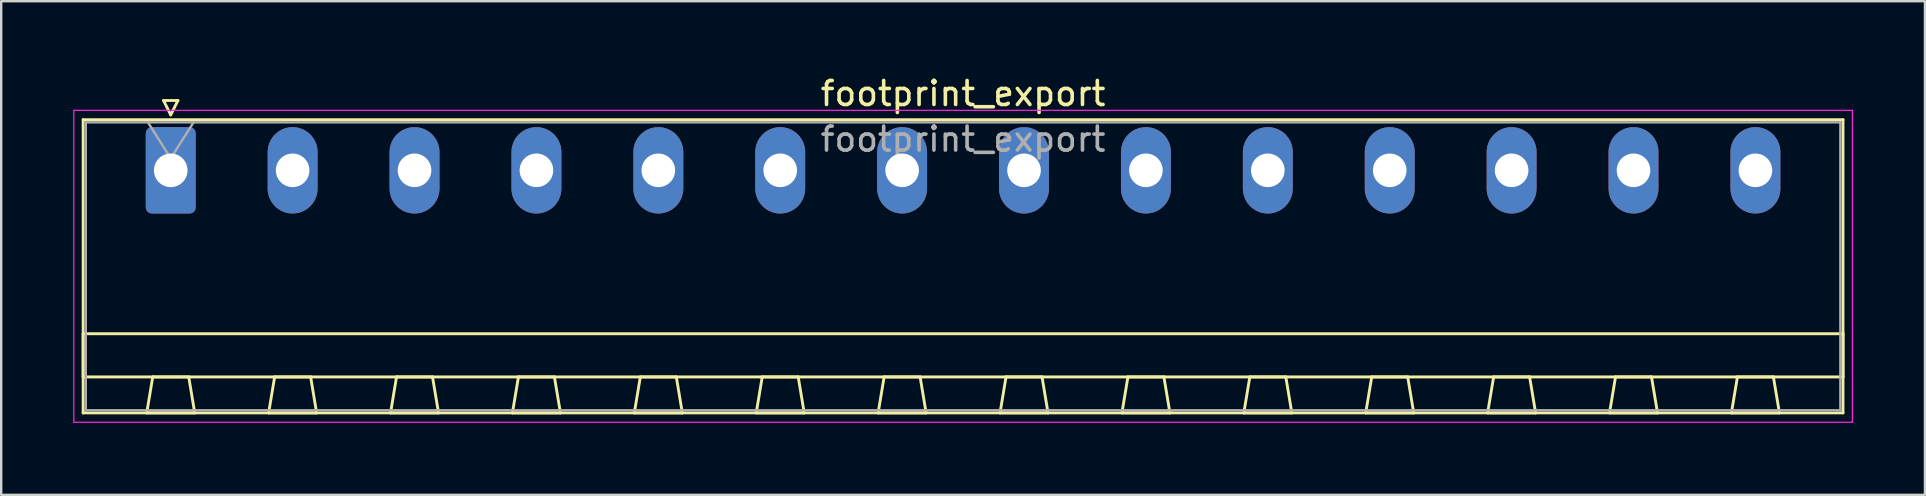
<source format=kicad_pcb>
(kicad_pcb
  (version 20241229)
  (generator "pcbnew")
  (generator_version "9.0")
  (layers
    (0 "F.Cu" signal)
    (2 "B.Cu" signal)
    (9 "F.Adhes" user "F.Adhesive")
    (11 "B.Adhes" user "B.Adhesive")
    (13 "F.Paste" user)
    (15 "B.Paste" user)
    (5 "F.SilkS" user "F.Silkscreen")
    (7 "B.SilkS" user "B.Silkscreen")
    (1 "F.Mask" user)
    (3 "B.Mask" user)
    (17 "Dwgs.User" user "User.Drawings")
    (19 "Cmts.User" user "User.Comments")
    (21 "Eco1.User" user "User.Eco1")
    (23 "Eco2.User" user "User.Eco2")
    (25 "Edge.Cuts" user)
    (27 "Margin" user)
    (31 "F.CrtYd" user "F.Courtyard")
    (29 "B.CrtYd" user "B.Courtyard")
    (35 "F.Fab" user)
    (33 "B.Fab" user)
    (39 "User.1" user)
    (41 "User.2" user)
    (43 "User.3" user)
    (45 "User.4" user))
  (footprint "footprint_export"
    (layer "F.Cu")
    (at 4.065 4.048)
    (property "Reference" "footprint_export" (at 33.02 -3.2 0) (layer "F.SilkS") (effects (font (size 1 1) (thickness 0.15))))
    (attr through_hole)
    (fp_line (start -3.65 -2.11) (end -3.65 10.11) (stroke (width 0.12) (type solid)) (layer "F.SilkS"))
    (fp_line (start -3.65 6.81) (end 69.69 6.81) (stroke (width 0.12) (type solid)) (layer "F.SilkS"))
    (fp_line (start -3.65 8.61) (end -3.65 6.81) (stroke (width 0.12) (type solid)) (layer "F.SilkS"))
    (fp_line (start -3.65 10.11) (end 69.69 10.11) (stroke (width 0.12) (type solid)) (layer "F.SilkS"))
    (fp_line (start -1 10.11) (end 1 10.11) (stroke (width 0.12) (type solid)) (layer "F.SilkS"))
    (fp_line (start -0.75 8.61) (end -1 10.11) (stroke (width 0.12) (type solid)) (layer "F.SilkS"))
    (fp_line (start -0.3 -2.91) (end 0.3 -2.91) (stroke (width 0.12) (type solid)) (layer "F.SilkS"))
    (fp_line (start 0 -2.31) (end -0.3 -2.91) (stroke (width 0.12) (type solid)) (layer "F.SilkS"))
    (fp_line (start 0.3 -2.91) (end 0 -2.31) (stroke (width 0.12) (type solid)) (layer "F.SilkS"))
    (fp_line (start 0.75 8.61) (end -0.75 8.61) (stroke (width 0.12) (type solid)) (layer "F.SilkS"))
    (fp_line (start 1 10.11) (end 0.75 8.61) (stroke (width 0.12) (type solid)) (layer "F.SilkS"))
    (fp_line (start 4.08 10.11) (end 6.08 10.11) (stroke (width 0.12) (type solid)) (layer "F.SilkS"))
    (fp_line (start 4.33 8.61) (end 4.08 10.11) (stroke (width 0.12) (type solid)) (layer "F.SilkS"))
    (fp_line (start 5.83 8.61) (end 4.33 8.61) (stroke (width 0.12) (type solid)) (layer "F.SilkS"))
    (fp_line (start 6.08 10.11) (end 5.83 8.61) (stroke (width 0.12) (type solid)) (layer "F.SilkS"))
    (fp_line (start 9.16 10.11) (end 11.16 10.11) (stroke (width 0.12) (type solid)) (layer "F.SilkS"))
    (fp_line (start 9.41 8.61) (end 9.16 10.11) (stroke (width 0.12) (type solid)) (layer "F.SilkS"))
    (fp_line (start 10.91 8.61) (end 9.41 8.61) (stroke (width 0.12) (type solid)) (layer "F.SilkS"))
    (fp_line (start 11.16 10.11) (end 10.91 8.61) (stroke (width 0.12) (type solid)) (layer "F.SilkS"))
    (fp_line (start 14.24 10.11) (end 16.24 10.11) (stroke (width 0.12) (type solid)) (layer "F.SilkS"))
    (fp_line (start 14.49 8.61) (end 14.24 10.11) (stroke (width 0.12) (type solid)) (layer "F.SilkS"))
    (fp_line (start 15.99 8.61) (end 14.49 8.61) (stroke (width 0.12) (type solid)) (layer "F.SilkS"))
    (fp_line (start 16.24 10.11) (end 15.99 8.61) (stroke (width 0.12) (type solid)) (layer "F.SilkS"))
    (fp_line (start 19.32 10.11) (end 21.32 10.11) (stroke (width 0.12) (type solid)) (layer "F.SilkS"))
    (fp_line (start 19.57 8.61) (end 19.32 10.11) (stroke (width 0.12) (type solid)) (layer "F.SilkS"))
    (fp_line (start 21.07 8.61) (end 19.57 8.61) (stroke (width 0.12) (type solid)) (layer "F.SilkS"))
    (fp_line (start 21.32 10.11) (end 21.07 8.61) (stroke (width 0.12) (type solid)) (layer "F.SilkS"))
    (fp_line (start 24.4 10.11) (end 26.4 10.11) (stroke (width 0.12) (type solid)) (layer "F.SilkS"))
    (fp_line (start 24.65 8.61) (end 24.4 10.11) (stroke (width 0.12) (type solid)) (layer "F.SilkS"))
    (fp_line (start 26.15 8.61) (end 24.65 8.61) (stroke (width 0.12) (type solid)) (layer "F.SilkS"))
    (fp_line (start 26.4 10.11) (end 26.15 8.61) (stroke (width 0.12) (type solid)) (layer "F.SilkS"))
    (fp_line (start 29.48 10.11) (end 31.48 10.11) (stroke (width 0.12) (type solid)) (layer "F.SilkS"))
    (fp_line (start 29.73 8.61) (end 29.48 10.11) (stroke (width 0.12) (type solid)) (layer "F.SilkS"))
    (fp_line (start 31.23 8.61) (end 29.73 8.61) (stroke (width 0.12) (type solid)) (layer "F.SilkS"))
    (fp_line (start 31.48 10.11) (end 31.23 8.61) (stroke (width 0.12) (type solid)) (layer "F.SilkS"))
    (fp_line (start 34.56 10.11) (end 36.56 10.11) (stroke (width 0.12) (type solid)) (layer "F.SilkS"))
    (fp_line (start 34.81 8.61) (end 34.56 10.11) (stroke (width 0.12) (type solid)) (layer "F.SilkS"))
    (fp_line (start 36.31 8.61) (end 34.81 8.61) (stroke (width 0.12) (type solid)) (layer "F.SilkS"))
    (fp_line (start 36.56 10.11) (end 36.31 8.61) (stroke (width 0.12) (type solid)) (layer "F.SilkS"))
    (fp_line (start 39.64 10.11) (end 41.64 10.11) (stroke (width 0.12) (type solid)) (layer "F.SilkS"))
    (fp_line (start 39.89 8.61) (end 39.64 10.11) (stroke (width 0.12) (type solid)) (layer "F.SilkS"))
    (fp_line (start 41.39 8.61) (end 39.89 8.61) (stroke (width 0.12) (type solid)) (layer "F.SilkS"))
    (fp_line (start 41.64 10.11) (end 41.39 8.61) (stroke (width 0.12) (type solid)) (layer "F.SilkS"))
    (fp_line (start 44.72 10.11) (end 46.72 10.11) (stroke (width 0.12) (type solid)) (layer "F.SilkS"))
    (fp_line (start 44.97 8.61) (end 44.72 10.11) (stroke (width 0.12) (type solid)) (layer "F.SilkS"))
    (fp_line (start 46.47 8.61) (end 44.97 8.61) (stroke (width 0.12) (type solid)) (layer "F.SilkS"))
    (fp_line (start 46.72 10.11) (end 46.47 8.61) (stroke (width 0.12) (type solid)) (layer "F.SilkS"))
    (fp_line (start 49.8 10.11) (end 51.8 10.11) (stroke (width 0.12) (type solid)) (layer "F.SilkS"))
    (fp_line (start 50.05 8.61) (end 49.8 10.11) (stroke (width 0.12) (type solid)) (layer "F.SilkS"))
    (fp_line (start 51.55 8.61) (end 50.05 8.61) (stroke (width 0.12) (type solid)) (layer "F.SilkS"))
    (fp_line (start 51.8 10.11) (end 51.55 8.61) (stroke (width 0.12) (type solid)) (layer "F.SilkS"))
    (fp_line (start 54.88 10.11) (end 56.88 10.11) (stroke (width 0.12) (type solid)) (layer "F.SilkS"))
    (fp_line (start 55.13 8.61) (end 54.88 10.11) (stroke (width 0.12) (type solid)) (layer "F.SilkS"))
    (fp_line (start 56.63 8.61) (end 55.13 8.61) (stroke (width 0.12) (type solid)) (layer "F.SilkS"))
    (fp_line (start 56.88 10.11) (end 56.63 8.61) (stroke (width 0.12) (type solid)) (layer "F.SilkS"))
    (fp_line (start 59.96 10.11) (end 61.96 10.11) (stroke (width 0.12) (type solid)) (layer "F.SilkS"))
    (fp_line (start 60.21 8.61) (end 59.96 10.11) (stroke (width 0.12) (type solid)) (layer "F.SilkS"))
    (fp_line (start 61.71 8.61) (end 60.21 8.61) (stroke (width 0.12) (type solid)) (layer "F.SilkS"))
    (fp_line (start 61.96 10.11) (end 61.71 8.61) (stroke (width 0.12) (type solid)) (layer "F.SilkS"))
    (fp_line (start 65.04 10.11) (end 67.04 10.11) (stroke (width 0.12) (type solid)) (layer "F.SilkS"))
    (fp_line (start 65.29 8.61) (end 65.04 10.11) (stroke (width 0.12) (type solid)) (layer "F.SilkS"))
    (fp_line (start 66.79 8.61) (end 65.29 8.61) (stroke (width 0.12) (type solid)) (layer "F.SilkS"))
    (fp_line (start 67.04 10.11) (end 66.79 8.61) (stroke (width 0.12) (type solid)) (layer "F.SilkS"))
    (fp_line (start 69.69 -2.11) (end -3.65 -2.11) (stroke (width 0.12) (type solid)) (layer "F.SilkS"))
    (fp_line (start 69.69 6.81) (end 69.69 8.61) (stroke (width 0.12) (type solid)) (layer "F.SilkS"))
    (fp_line (start 69.69 8.61) (end -3.65 8.61) (stroke (width 0.12) (type solid)) (layer "F.SilkS"))
    (fp_line (start 69.69 10.11) (end 69.69 -2.11) (stroke (width 0.12) (type solid)) (layer "F.SilkS"))
    (fp_line (start -4.04 -2.5) (end -4.04 10.5) (stroke (width 0.05) (type solid)) (layer "F.CrtYd"))
    (fp_line (start -4.04 10.5) (end 70.08 10.5) (stroke (width 0.05) (type solid)) (layer "F.CrtYd"))
    (fp_line (start 70.08 -2.5) (end -4.04 -2.5) (stroke (width 0.05) (type solid)) (layer "F.CrtYd"))
    (fp_line (start 70.08 10.5) (end 70.08 -2.5) (stroke (width 0.05) (type solid)) (layer "F.CrtYd"))
    (fp_line (start -3.54 -2) (end -3.54 10) (stroke (width 0.1) (type solid)) (layer "F.Fab"))
    (fp_line (start -3.54 10) (end 69.58 10) (stroke (width 0.1) (type solid)) (layer "F.Fab"))
    (fp_line (start 0 -0.5) (end -0.95 -2) (stroke (width 0.1) (type solid)) (layer "F.Fab"))
    (fp_line (start 0.95 -2) (end 0 -0.5) (stroke (width 0.1) (type solid)) (layer "F.Fab"))
    (fp_line (start 69.58 -2) (end -3.54 -2) (stroke (width 0.1) (type solid)) (layer "F.Fab"))
    (fp_line (start 69.58 10) (end 69.58 -2) (stroke (width 0.1) (type solid)) (layer "F.Fab"))
    (fp_text user "${REFERENCE}" (at 33.02 -1.3 0) (layer "F.Fab") (effects (font (size 1 1) (thickness 0.15))))
    (pad "1" thru_hole roundrect (at 0 0) (size 2.08 3.6) (drill 1.4) (layers "*.Cu" "*.Mask") (roundrect_rratio 0.12))
    (pad "2" thru_hole oval (at 5.08 0) (size 2.08 3.6) (drill 1.4) (layers "*.Cu" "*.Mask"))
    (pad "3" thru_hole oval (at 10.16 0) (size 2.08 3.6) (drill 1.4) (layers "*.Cu" "*.Mask"))
    (pad "4" thru_hole oval (at 15.24 0) (size 2.08 3.6) (drill 1.4) (layers "*.Cu" "*.Mask"))
    (pad "5" thru_hole oval (at 20.32 0) (size 2.08 3.6) (drill 1.4) (layers "*.Cu" "*.Mask"))
    (pad "6" thru_hole oval (at 25.4 0) (size 2.08 3.6) (drill 1.4) (layers "*.Cu" "*.Mask"))
    (pad "7" thru_hole oval (at 30.48 0) (size 2.08 3.6) (drill 1.4) (layers "*.Cu" "*.Mask"))
    (pad "8" thru_hole oval (at 35.56 0) (size 2.08 3.6) (drill 1.4) (layers "*.Cu" "*.Mask"))
    (pad "9" thru_hole oval (at 40.64 0) (size 2.08 3.6) (drill 1.4) (layers "*.Cu" "*.Mask"))
    (pad "10" thru_hole oval (at 45.72 0) (size 2.08 3.6) (drill 1.4) (layers "*.Cu" "*.Mask"))
    (pad "11" thru_hole oval (at 50.8 0) (size 2.08 3.6) (drill 1.4) (layers "*.Cu" "*.Mask"))
    (pad "12" thru_hole oval (at 55.88 0) (size 2.08 3.6) (drill 1.4) (layers "*.Cu" "*.Mask"))
    (pad "13" thru_hole oval (at 60.96 0) (size 2.08 3.6) (drill 1.4) (layers "*.Cu" "*.Mask"))
    (pad "14" thru_hole oval (at 66.04 0) (size 2.08 3.6) (drill 1.4) (layers "*.Cu" "*.Mask")))
  (gr_rect
    (start -3 -3)
    (end 77.17 17.573)
    (stroke (width 0.1) (type default))
    (fill no)
    (layer "Edge.Cuts")))
</source>
